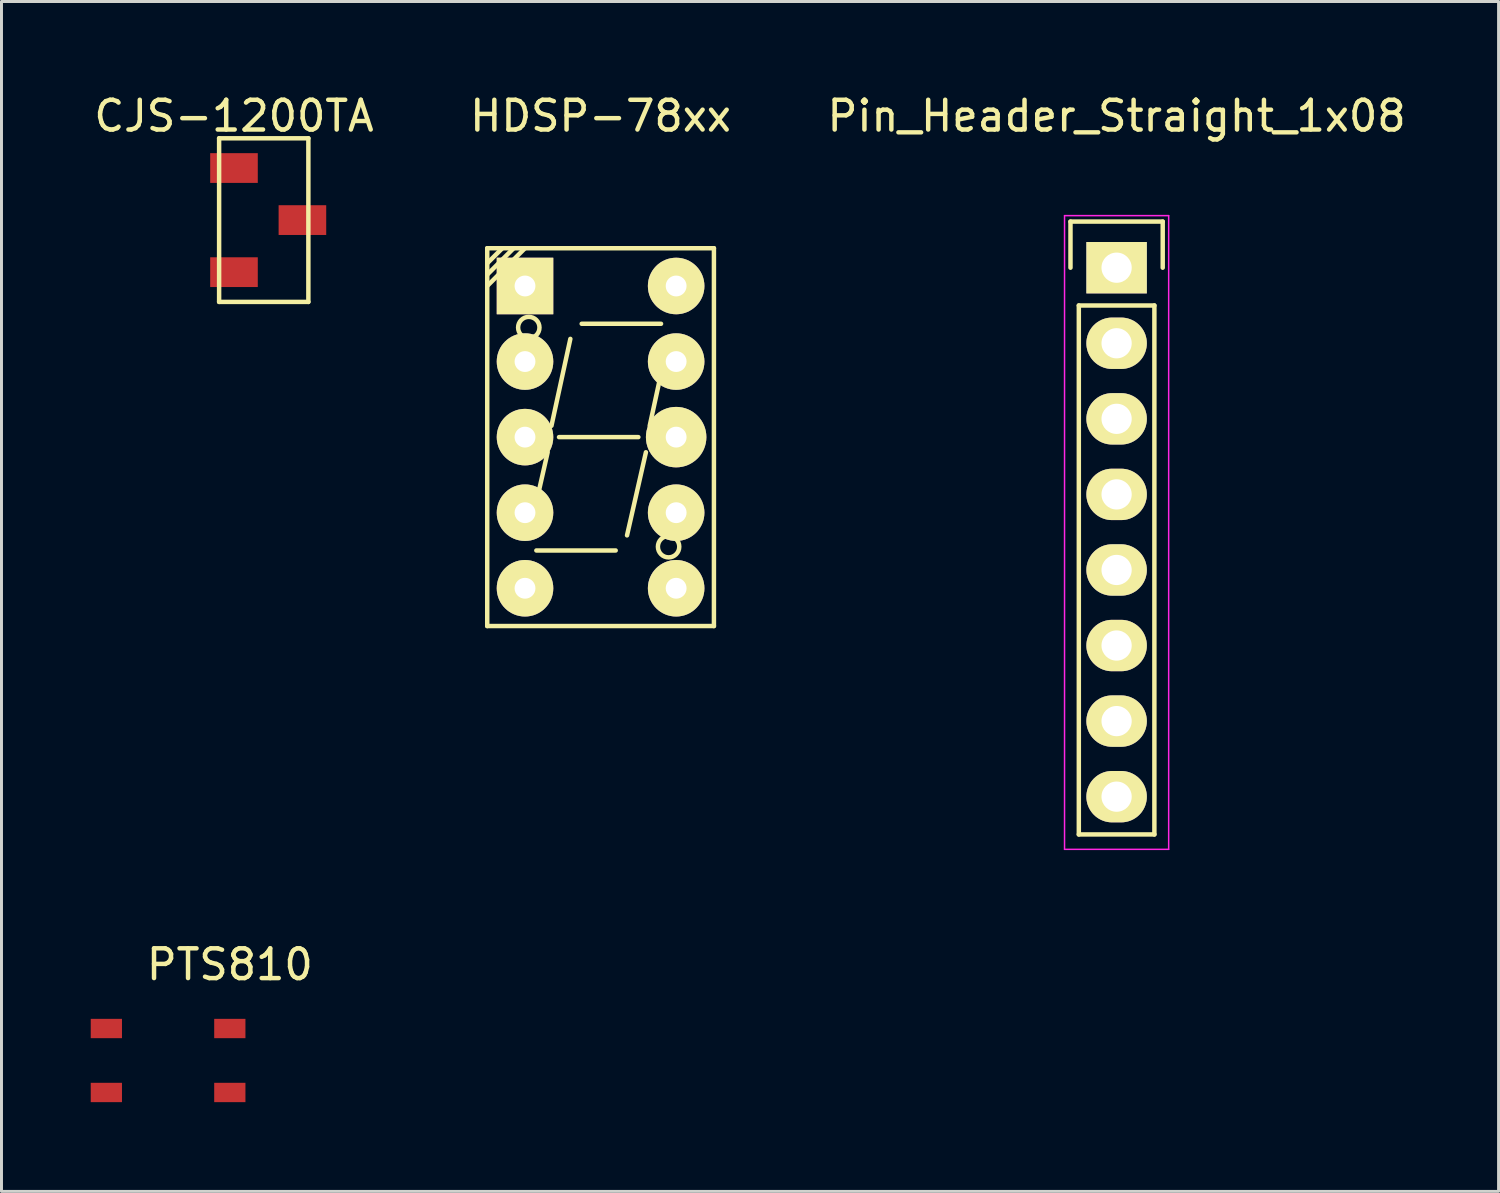
<source format=kicad_pcb>
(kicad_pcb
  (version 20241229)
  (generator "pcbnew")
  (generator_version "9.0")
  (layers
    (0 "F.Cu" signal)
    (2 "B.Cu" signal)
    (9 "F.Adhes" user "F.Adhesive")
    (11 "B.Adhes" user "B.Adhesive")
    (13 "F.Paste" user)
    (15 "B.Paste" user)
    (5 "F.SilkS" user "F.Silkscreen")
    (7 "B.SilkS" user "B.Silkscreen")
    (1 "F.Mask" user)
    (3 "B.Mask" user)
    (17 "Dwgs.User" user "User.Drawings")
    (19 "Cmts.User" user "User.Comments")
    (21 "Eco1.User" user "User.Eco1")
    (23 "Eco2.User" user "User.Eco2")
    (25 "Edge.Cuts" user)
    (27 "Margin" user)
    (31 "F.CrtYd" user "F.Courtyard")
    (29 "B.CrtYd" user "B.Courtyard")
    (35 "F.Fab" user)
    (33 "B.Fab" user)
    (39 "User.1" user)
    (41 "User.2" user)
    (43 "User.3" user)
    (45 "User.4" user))
  (footprint "Pin_Header_Straight_1x08"
    (placed yes)
    (layer "F.Cu")
    (at 34.482 23.728)
    (property "Reference" "Pin_Header_Straight_1x08" (at 0 -22.88 0) (layer "F.SilkS") (effects (font (size 1 1) (thickness 0.15))))
    (attr through_hole)
    (fp_line (start -1.55 -19.33) (end 1.55 -19.33) (stroke (width 0.15) (type solid)) (layer "F.SilkS"))
    (fp_line (start -1.55 -17.78) (end -1.55 -19.33) (stroke (width 0.15) (type solid)) (layer "F.SilkS"))
    (fp_line (start -1.27 1.27) (end -1.27 -16.51) (stroke (width 0.15) (type solid)) (layer "F.SilkS"))
    (fp_line (start 1.27 -16.51) (end -1.27 -16.51) (stroke (width 0.15) (type solid)) (layer "F.SilkS"))
    (fp_line (start 1.27 -16.51) (end 1.27 1.27) (stroke (width 0.15) (type solid)) (layer "F.SilkS"))
    (fp_line (start 1.27 1.27) (end -1.27 1.27) (stroke (width 0.15) (type solid)) (layer "F.SilkS"))
    (fp_line (start 1.55 -19.33) (end 1.55 -17.78) (stroke (width 0.15) (type solid)) (layer "F.SilkS"))
    (fp_line (start -1.75 -19.53) (end -1.75 1.77) (stroke (width 0.05) (type solid)) (layer "F.CrtYd"))
    (fp_line (start -1.75 -19.53) (end 1.75 -19.53) (stroke (width 0.05) (type solid)) (layer "F.CrtYd"))
    (fp_line (start -1.75 1.77) (end 1.75 1.77) (stroke (width 0.05) (type solid)) (layer "F.CrtYd"))
    (fp_line (start 1.75 -19.53) (end 1.75 1.77) (stroke (width 0.05) (type solid)) (layer "F.CrtYd"))
    (pad "1" thru_hole rect (at 0 -17.78) (size 2.032 1.727) (drill 1.016) (layers "*.Cu" "*.Mask" "F.SilkS"))
    (pad "2" thru_hole oval (at 0 -15.24) (size 2.032 1.727) (drill 1.016) (layers "*.Cu" "*.Mask" "F.SilkS"))
    (pad "3" thru_hole oval (at 0 -12.7) (size 2.032 1.727) (drill 1.016) (layers "*.Cu" "*.Mask" "F.SilkS"))
    (pad "4" thru_hole oval (at 0 -10.16) (size 2.032 1.727) (drill 1.016) (layers "*.Cu" "*.Mask" "F.SilkS"))
    (pad "5" thru_hole oval (at 0 -7.62) (size 2.032 1.727) (drill 1.016) (layers "*.Cu" "*.Mask" "F.SilkS"))
    (pad "6" thru_hole oval (at 0 -5.08) (size 2.032 1.727) (drill 1.016) (layers "*.Cu" "*.Mask" "F.SilkS"))
    (pad "7" thru_hole oval (at 0 -2.54) (size 2.032 1.727) (drill 1.016) (layers "*.Cu" "*.Mask" "F.SilkS"))
    (pad "8" thru_hole oval (at 0 0) (size 2.032 1.727) (drill 1.016) (layers "*.Cu" "*.Mask" "F.SilkS")))
  (footprint "PTS810"
    (layer "F.Cu")
    (at 1.725 32.221)
    (property "Reference" "PTS810" (at 2.95 -2.85 0) (layer "F.SilkS") (effects (font (size 1 1) (thickness 0.15))))
    (attr through_hole)
    (pad "1" smd rect (at -1.2 -0.7) (size 1.05 0.65) (layers "F.Cu" "F.Mask" "F.Paste"))
    (pad "2" smd rect (at 2.95 -0.7) (size 1.05 0.65) (layers "F.Cu" "F.Mask" "F.Paste"))
    (pad "3" smd rect (at -1.2 1.45) (size 1.05 0.65) (layers "F.Cu" "F.Mask" "F.Paste"))
    (pad "4" smd rect (at 2.95 1.45) (size 1.05 0.65) (layers "F.Cu" "F.Mask" "F.Paste")))
  (footprint "CJS-1200TA"
    (layer "F.Cu")
    (at 4.815 2.598)
    (property "Reference" "CJS-1200TA" (at 0 -1.75 0) (layer "F.SilkS") (effects (font (size 1 1) (thickness 0.15))))
    (attr through_hole)
    (fp_line (start -0.5 -1) (end -0.5 4.5) (stroke (width 0.15) (type solid)) (layer "F.SilkS"))
    (fp_line (start -0.5 -1) (end 2.5 -1) (stroke (width 0.15) (type solid)) (layer "F.SilkS"))
    (fp_line (start -0.5 4.5) (end 2.5 4.5) (stroke (width 0.15) (type solid)) (layer "F.SilkS"))
    (fp_line (start 2.5 -1) (end 2.5 4.5) (stroke (width 0.15) (type solid)) (layer "F.SilkS"))
    (pad "1" smd rect (at 0 0) (size 1.6 1) (layers "F.Cu" "F.Mask" "F.Paste"))
    (pad "2" smd rect (at 2.3 1.75) (size 1.6 1) (layers "F.Cu" "F.Mask" "F.Paste"))
    (pad "3" smd rect (at 0 3.5) (size 1.6 1) (layers "F.Cu" "F.Mask" "F.Paste")))
  (footprint "HDSP-78xx"
    (layer "F.Cu")
    (at 17.137 11.643)
    (property "Reference" "HDSP-78xx" (at 0 -10.795 0) (layer "F.SilkS") (effects (font (size 1 1) (thickness 0.15))))
    (attr through_hole)
    (fp_line (start -3.81 -6.35) (end -3.81 6.35) (stroke (width 0.15) (type solid)) (layer "F.SilkS"))
    (fp_line (start -3.81 -5.842) (end -3.302 -6.35) (stroke (width 0.15) (type solid)) (layer "F.SilkS"))
    (fp_line (start -3.81 -5.461) (end -2.921 -6.35) (stroke (width 0.15) (type solid)) (layer "F.SilkS"))
    (fp_line (start -3.81 -5.08) (end -2.54 -6.35) (stroke (width 0.15) (type solid)) (layer "F.SilkS"))
    (fp_line (start -3.81 6.35) (end 3.81 6.35) (stroke (width 0.15) (type solid)) (layer "F.SilkS"))
    (fp_line (start -2.413 3.302) (end -1.778 0.508) (stroke (width 0.15) (type solid)) (layer "F.SilkS"))
    (fp_line (start -2.159 3.81) (end 0.508 3.81) (stroke (width 0.15) (type solid)) (layer "F.SilkS"))
    (fp_line (start -1.651 -0.381) (end -1.016 -3.302) (stroke (width 0.15) (type solid)) (layer "F.SilkS"))
    (fp_line (start -1.397 0) (end 1.27 0) (stroke (width 0.15) (type solid)) (layer "F.SilkS"))
    (fp_line (start -0.635 -3.81) (end 2.032 -3.81) (stroke (width 0.15) (type solid)) (layer "F.SilkS"))
    (fp_line (start 0.889 3.302) (end 1.524 0.508) (stroke (width 0.15) (type solid)) (layer "F.SilkS"))
    (fp_line (start 1.651 -0.381) (end 2.286 -3.302) (stroke (width 0.15) (type solid)) (layer "F.SilkS"))
    (fp_line (start 3.81 -6.35) (end -3.81 -6.35) (stroke (width 0.15) (type solid)) (layer "F.SilkS"))
    (fp_line (start 3.81 6.35) (end 3.81 -6.35) (stroke (width 0.15) (type solid)) (layer "F.SilkS"))
    (fp_circle (center -2.413 -3.683) (end -2.159 -3.429) (stroke (width 0.15) (type solid)) (fill no) (layer "F.SilkS"))
    (fp_circle (center 2.286 3.683) (end 2.54 3.937) (stroke (width 0.15) (type solid)) (fill no) (layer "F.SilkS"))
    (pad "1" thru_hole rect (at -2.54 -5.08) (size 1.9 1.9) (drill 0.701) (layers "*.Cu" "*.Mask" "F.SilkS"))
    (pad "2" thru_hole circle (at -2.54 -2.54) (size 1.9 1.9) (drill 0.701) (layers "*.Cu" "*.Mask" "F.SilkS"))
    (pad "3" thru_hole circle (at -2.54 0) (size 1.9 1.9) (drill 0.701) (layers "*.Cu" "*.Mask" "F.SilkS"))
    (pad "4" thru_hole circle (at -2.54 2.54) (size 1.9 1.9) (drill 0.701) (layers "*.Cu" "*.Mask" "F.SilkS"))
    (pad "5" thru_hole circle (at -2.54 5.08) (size 1.9 1.9) (drill 0.701) (layers "*.Cu" "*.Mask" "F.SilkS"))
    (pad "6" thru_hole circle (at 2.54 5.08) (size 1.9 1.9) (drill 0.701) (layers "*.Cu" "*.Mask" "F.SilkS"))
    (pad "7" thru_hole circle (at 2.54 2.54) (size 1.9 1.9) (drill 0.701) (layers "*.Cu" "*.Mask" "F.SilkS"))
    (pad "8" thru_hole circle (at 2.54 0) (size 2.032 2.032) (drill 0.701) (layers "*.Cu" "*.Mask" "F.SilkS"))
    (pad "9" thru_hole circle (at 2.54 -2.54) (size 1.9 1.9) (drill 0.701) (layers "*.Cu" "*.Mask" "F.SilkS"))
    (pad "10" thru_hole circle (at 2.54 -5.08) (size 1.9 1.9) (drill 0.701) (layers "*.Cu" "*.Mask" "F.SilkS")))
  (gr_rect
    (start -3 -3)
    (end 47.321 36.996)
    (stroke (width 0.1) (type default))
    (fill no)
    (layer "Edge.Cuts")))
</source>
